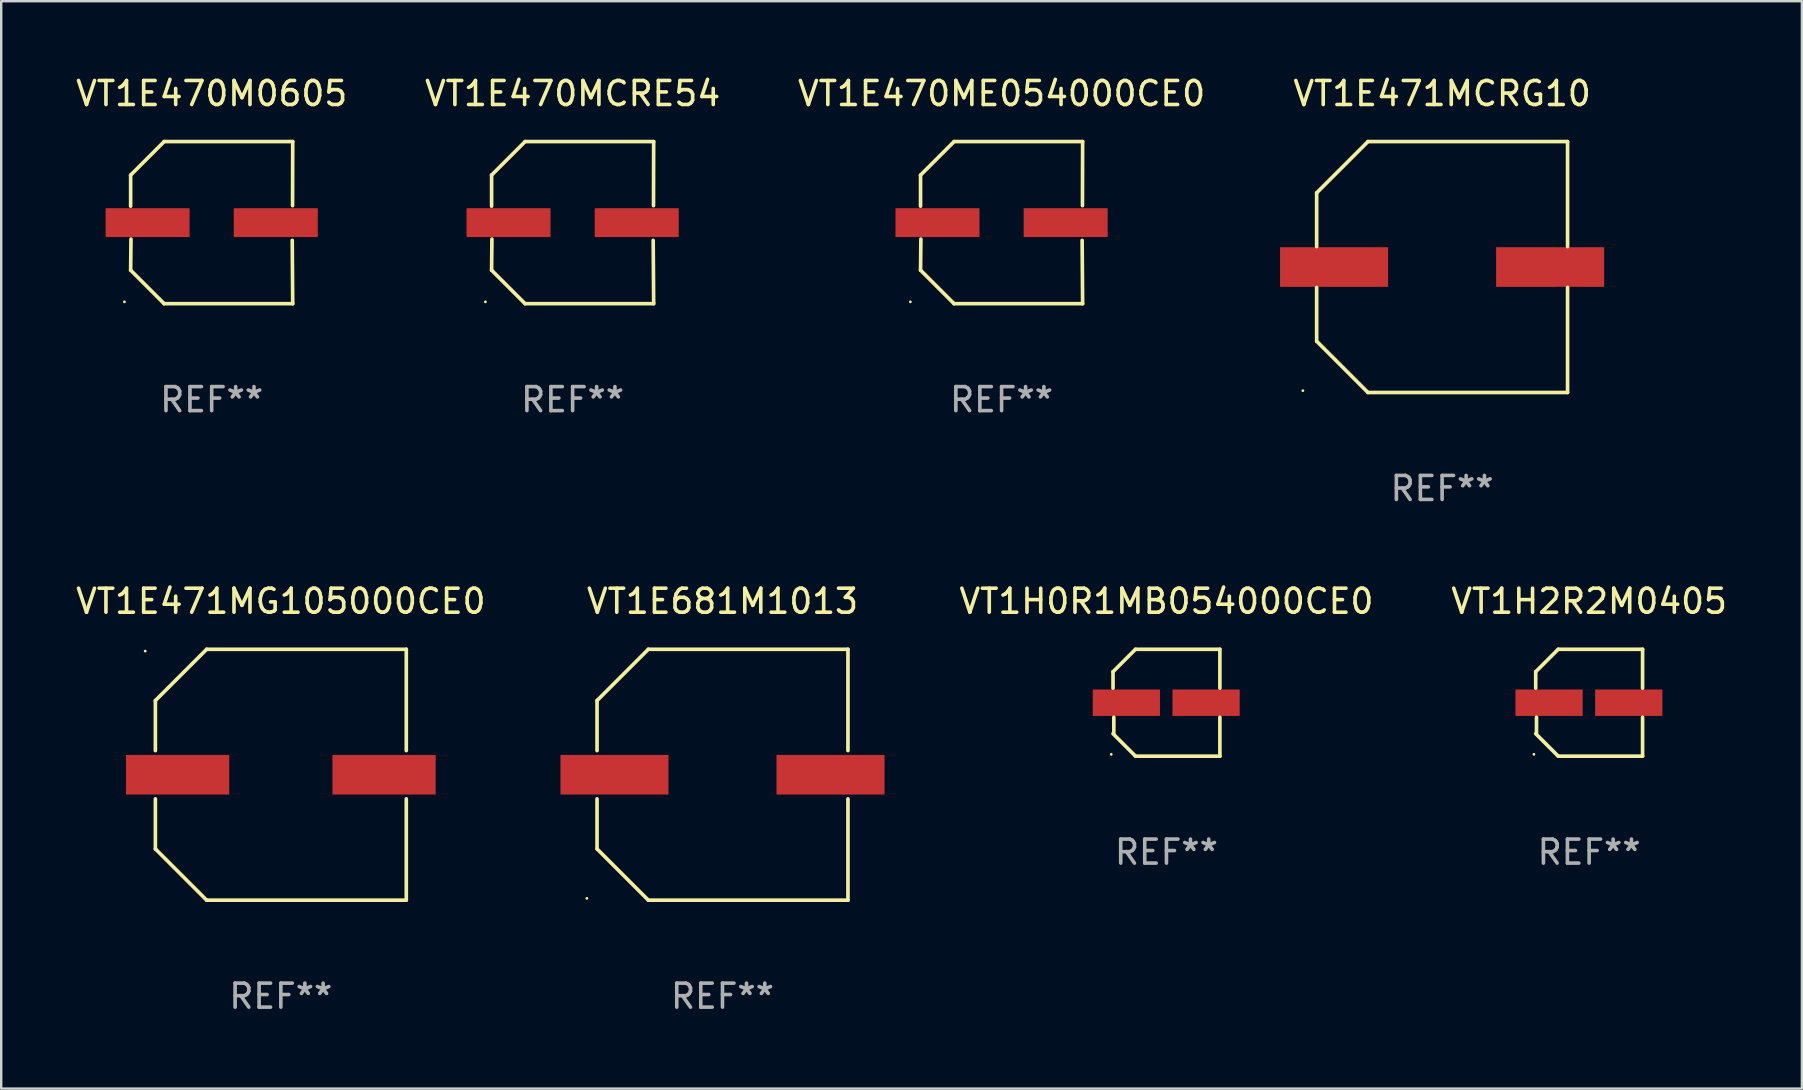
<source format=kicad_pcb>
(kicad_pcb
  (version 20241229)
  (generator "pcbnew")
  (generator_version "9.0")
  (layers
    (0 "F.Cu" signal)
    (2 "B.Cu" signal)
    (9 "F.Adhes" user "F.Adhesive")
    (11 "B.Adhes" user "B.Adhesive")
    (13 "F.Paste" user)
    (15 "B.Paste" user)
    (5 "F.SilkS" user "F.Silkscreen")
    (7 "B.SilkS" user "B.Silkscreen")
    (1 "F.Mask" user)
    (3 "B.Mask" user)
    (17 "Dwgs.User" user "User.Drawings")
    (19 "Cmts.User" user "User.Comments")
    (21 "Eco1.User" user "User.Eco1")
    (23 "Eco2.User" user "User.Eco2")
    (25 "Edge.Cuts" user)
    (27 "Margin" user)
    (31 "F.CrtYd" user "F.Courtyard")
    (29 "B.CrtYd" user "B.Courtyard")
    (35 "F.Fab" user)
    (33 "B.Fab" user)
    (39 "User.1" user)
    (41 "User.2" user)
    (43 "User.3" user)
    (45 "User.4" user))
  (footprint "VT1E681M1013"
    (layer "F.Cu")
    (at 27.047 29.223)
    (property "Reference" "VT1E681M1013" (at 0 -7.226 0) (layer "F.SilkS") (effects (font (size 1 1) (thickness 0.15))))
    (attr through_hole)
    (fp_line (start -5.226 -3.09) (end -5.226 -1.005) (stroke (width 0.152) (type solid)) (layer "F.SilkS"))
    (fp_line (start -5.226 1.005) (end -5.226 3.09) (stroke (width 0.152) (type solid)) (layer "F.SilkS"))
    (fp_line (start -3.09 -5.226) (end -5.226 -3.09) (stroke (width 0.152) (type solid)) (layer "F.SilkS"))
    (fp_line (start -3.09 5.226) (end -5.226 3.09) (stroke (width 0.152) (type solid)) (layer "F.SilkS"))
    (fp_line (start 5.226 -5.226) (end -3.09 -5.226) (stroke (width 0.152) (type solid)) (layer "F.SilkS"))
    (fp_line (start 5.226 -1.005) (end 5.226 -5.226) (stroke (width 0.152) (type solid)) (layer "F.SilkS"))
    (fp_line (start 5.226 5.226) (end -3.09 5.226) (stroke (width 0.152) (type solid)) (layer "F.SilkS"))
    (fp_line (start 5.226 5.226) (end 5.226 1.005) (stroke (width 0.152) (type solid)) (layer "F.SilkS"))
    (fp_circle (center -5.65 5.15) (end -5.62 5.15) (stroke (width 0.06) (type solid)) (fill no) (layer "F.SilkS"))
    (fp_text user "REF**" (at 0 9.226 0) (layer "F.Fab") (effects (font (size 1 1) (thickness 0.15))))
    (pad "1" smd rect (at -4.5 0) (size 4.5 1.65) (layers "F.Cu" "F.Mask" "F.Paste"))
    (pad "2" smd rect (at 4.5 0) (size 4.5 1.65) (layers "F.Cu" "F.Mask" "F.Paste")))
  (footprint "VT1E471MG105000CE0"
    (layer "F.Cu")
    (at 8.649 29.223)
    (property "Reference" "VT1E471MG105000CE0" (at 0 -7.226 0) (layer "F.SilkS") (effects (font (size 1 1) (thickness 0.15))))
    (attr through_hole)
    (fp_line (start -5.226 -3.09) (end -5.226 -1.005) (stroke (width 0.152) (type solid)) (layer "F.SilkS"))
    (fp_line (start -5.226 1.005) (end -5.226 3.09) (stroke (width 0.152) (type solid)) (layer "F.SilkS"))
    (fp_line (start -3.09 -5.226) (end -5.226 -3.09) (stroke (width 0.152) (type solid)) (layer "F.SilkS"))
    (fp_line (start -3.09 5.226) (end -5.226 3.09) (stroke (width 0.152) (type solid)) (layer "F.SilkS"))
    (fp_line (start 5.226 -5.226) (end -3.09 -5.226) (stroke (width 0.152) (type solid)) (layer "F.SilkS"))
    (fp_line (start 5.226 -1.005) (end 5.226 -5.226) (stroke (width 0.152) (type solid)) (layer "F.SilkS"))
    (fp_line (start 5.226 5.226) (end -3.09 5.226) (stroke (width 0.152) (type solid)) (layer "F.SilkS"))
    (fp_line (start 5.226 5.226) (end 5.226 1.005) (stroke (width 0.152) (type solid)) (layer "F.SilkS"))
    (fp_circle (center -5.65 -5.15) (end -5.62 -5.15) (stroke (width 0.06) (type solid)) (fill no) (layer "F.SilkS"))
    (fp_text user "REF**" (at 0 9.226 0) (layer "F.Fab") (effects (font (size 1 1) (thickness 0.15))))
    (pad "1" smd rect (at -4.3 -0.000102) (size 4.3 1.65) (layers "F.Cu" "F.Mask" "F.Paste"))
    (pad "2" smd rect (at 4.3 -0.000102) (size 4.3 1.65) (layers "F.Cu" "F.Mask" "F.Paste")))
  (footprint "VT1E471MCRG10"
    (layer "F.Cu")
    (at 57.024 8.074)
    (property "Reference" "VT1E471MCRG10" (at 0 -7.226 0) (layer "F.SilkS") (effects (font (size 1 1) (thickness 0.15))))
    (attr through_hole)
    (fp_line (start -5.226 -3.09) (end -5.226 -0.852) (stroke (width 0.152) (type solid)) (layer "F.SilkS"))
    (fp_line (start -5.226 3.09) (end -5.226 0.852) (stroke (width 0.152) (type solid)) (layer "F.SilkS"))
    (fp_line (start -3.09 -5.226) (end -5.226 -3.09) (stroke (width 0.152) (type solid)) (layer "F.SilkS"))
    (fp_line (start -3.09 5.226) (end -5.226 3.09) (stroke (width 0.152) (type solid)) (layer "F.SilkS"))
    (fp_line (start 5.226 -5.226) (end -3.09 -5.226) (stroke (width 0.152) (type solid)) (layer "F.SilkS"))
    (fp_line (start 5.226 -0.852) (end 5.226 -5.226) (stroke (width 0.152) (type solid)) (layer "F.SilkS"))
    (fp_line (start 5.226 0.852) (end 5.226 5.226) (stroke (width 0.152) (type solid)) (layer "F.SilkS"))
    (fp_line (start 5.226 5.226) (end -3.09 5.226) (stroke (width 0.152) (type solid)) (layer "F.SilkS"))
    (fp_circle (center -5.8 5.15) (end -5.77 5.15) (stroke (width 0.06) (type solid)) (fill no) (layer "F.SilkS"))
    (fp_text user "REF**" (at 0 9.226 0) (layer "F.Fab") (effects (font (size 1 1) (thickness 0.15))))
    (pad "1" smd rect (at -4.5 0) (size 4.5 1.65) (layers "F.Cu" "F.Mask" "F.Paste"))
    (pad "2" smd rect (at 4.5 0) (size 4.5 1.65) (layers "F.Cu" "F.Mask" "F.Paste")))
  (footprint "VT1E470M0605"
    (layer "F.Cu")
    (at 5.768 6.224)
    (property "Reference" "VT1E470M0605" (at 0 -5.376 0) (layer "F.SilkS") (effects (font (size 1 1) (thickness 0.15))))
    (attr through_hole)
    (fp_line (start -3.376 -1.98) (end -3.376 -0.686) (stroke (width 0.152) (type solid)) (layer "F.SilkS"))
    (fp_line (start -3.376 1.981) (end -3.362 0.686) (stroke (width 0.152) (type solid)) (layer "F.SilkS"))
    (fp_line (start -1.981 3.376) (end -3.376 1.981) (stroke (width 0.152) (type solid)) (layer "F.SilkS"))
    (fp_line (start -1.98 -3.376) (end -3.376 -1.98) (stroke (width 0.152) (type solid)) (layer "F.SilkS"))
    (fp_line (start 3.356 0.74) (end 3.376 3.376) (stroke (width 0.152) (type solid)) (layer "F.SilkS"))
    (fp_line (start 3.369 -0.707) (end 3.376 -3.376) (stroke (width 0.152) (type solid)) (layer "F.SilkS"))
    (fp_line (start 3.376 3.376) (end -1.981 3.376) (stroke (width 0.152) (type solid)) (layer "F.SilkS"))
    (fp_line (start 3.376 -3.376) (end -1.98 -3.376) (stroke (width 0.152) (type solid)) (layer "F.SilkS"))
    (fp_circle (center -3.634 3.3) (end -3.604 3.3) (stroke (width 0.06) (type solid)) (fill no) (layer "F.SilkS"))
    (fp_text user "REF**" (at 0 7.376 0) (layer "F.Fab") (effects (font (size 1 1) (thickness 0.15))))
    (pad "1" smd rect (at -2.67 0.000254) (size 3.5 1.2) (layers "F.Cu" "F.Mask" "F.Paste"))
    (pad "2" smd rect (at 2.67 0.000254) (size 3.5 1.2) (layers "F.Cu" "F.Mask" "F.Paste")))
  (footprint "VT1E470MCRE54"
    (layer "F.Cu")
    (at 20.804 6.224)
    (property "Reference" "VT1E470MCRE54" (at 0 -5.376 0) (layer "F.SilkS") (effects (font (size 1 1) (thickness 0.15))))
    (attr through_hole)
    (fp_line (start -3.376 -1.98) (end -3.376 -0.686) (stroke (width 0.152) (type solid)) (layer "F.SilkS"))
    (fp_line (start -3.376 1.981) (end -3.362 0.686) (stroke (width 0.152) (type solid)) (layer "F.SilkS"))
    (fp_line (start -1.981 3.376) (end -3.376 1.981) (stroke (width 0.152) (type solid)) (layer "F.SilkS"))
    (fp_line (start -1.98 -3.376) (end -3.376 -1.98) (stroke (width 0.152) (type solid)) (layer "F.SilkS"))
    (fp_line (start 3.356 0.74) (end 3.376 3.376) (stroke (width 0.152) (type solid)) (layer "F.SilkS"))
    (fp_line (start 3.369 -0.707) (end 3.376 -3.376) (stroke (width 0.152) (type solid)) (layer "F.SilkS"))
    (fp_line (start 3.376 3.376) (end -1.981 3.376) (stroke (width 0.152) (type solid)) (layer "F.SilkS"))
    (fp_line (start 3.376 -3.376) (end -1.98 -3.376) (stroke (width 0.152) (type solid)) (layer "F.SilkS"))
    (fp_circle (center -3.634 3.3) (end -3.604 3.3) (stroke (width 0.06) (type solid)) (fill no) (layer "F.SilkS"))
    (fp_text user "REF**" (at 0 7.376 0) (layer "F.Fab") (effects (font (size 1 1) (thickness 0.15))))
    (pad "1" smd rect (at -2.67 0.000254) (size 3.5 1.2) (layers "F.Cu" "F.Mask" "F.Paste"))
    (pad "2" smd rect (at 2.67 0.000254) (size 3.5 1.2) (layers "F.Cu" "F.Mask" "F.Paste")))
  (footprint "VT1H0R1MB054000CE0"
    (layer "F.Cu")
    (at 45.541 26.223)
    (property "Reference" "VT1H0R1MB054000CE0" (at 0 -4.226 0) (layer "F.SilkS") (effects (font (size 1 1) (thickness 0.15))))
    (attr through_hole)
    (fp_line (start -2.226 -1.29) (end -2.226 -0.607) (stroke (width 0.152) (type solid)) (layer "F.SilkS"))
    (fp_line (start -2.193 1.29) (end -2.193 0.607) (stroke (width 0.152) (type solid)) (layer "F.SilkS"))
    (fp_line (start -1.29 2.226) (end -2.226 1.29) (stroke (width 0.152) (type solid)) (layer "F.SilkS"))
    (fp_line (start -1.29 -2.226) (end -2.226 -1.29) (stroke (width 0.152) (type solid)) (layer "F.SilkS"))
    (fp_line (start 2.226 -2.226) (end -1.29 -2.226) (stroke (width 0.152) (type solid)) (layer "F.SilkS"))
    (fp_line (start 2.226 -0.607) (end 2.226 -2.226) (stroke (width 0.152) (type solid)) (layer "F.SilkS"))
    (fp_line (start 2.226 0.607) (end 2.226 2.226) (stroke (width 0.152) (type solid)) (layer "F.SilkS"))
    (fp_line (start 2.226 2.226) (end -1.29 2.226) (stroke (width 0.152) (type solid)) (layer "F.SilkS"))
    (fp_circle (center -2.3 2.15) (end -2.27 2.15) (stroke (width 0.06) (type solid)) (fill no) (layer "F.SilkS"))
    (fp_text user "REF**" (at 0 6.226 0) (layer "F.Fab") (effects (font (size 1 1) (thickness 0.15))))
    (pad "1" smd rect (at -1.67 -0.000025) (size 2.8 1.1) (layers "F.Cu" "F.Mask" "F.Paste"))
    (pad "2" smd rect (at 1.651 -0.000025) (size 2.8 1.1) (layers "F.Cu" "F.Mask" "F.Paste")))
  (footprint "VT1E470ME054000CE0"
    (layer "F.Cu")
    (at 38.673 6.224)
    (property "Reference" "VT1E470ME054000CE0" (at 0 -5.376 0) (layer "F.SilkS") (effects (font (size 1 1) (thickness 0.15))))
    (attr through_hole)
    (fp_line (start -3.376 -1.98) (end -3.376 -0.686) (stroke (width 0.152) (type solid)) (layer "F.SilkS"))
    (fp_line (start -3.376 1.981) (end -3.362 0.686) (stroke (width 0.152) (type solid)) (layer "F.SilkS"))
    (fp_line (start -1.981 3.376) (end -3.376 1.981) (stroke (width 0.152) (type solid)) (layer "F.SilkS"))
    (fp_line (start -1.98 -3.376) (end -3.376 -1.98) (stroke (width 0.152) (type solid)) (layer "F.SilkS"))
    (fp_line (start 3.356 0.74) (end 3.376 3.376) (stroke (width 0.152) (type solid)) (layer "F.SilkS"))
    (fp_line (start 3.369 -0.707) (end 3.376 -3.376) (stroke (width 0.152) (type solid)) (layer "F.SilkS"))
    (fp_line (start 3.376 3.376) (end -1.981 3.376) (stroke (width 0.152) (type solid)) (layer "F.SilkS"))
    (fp_line (start 3.376 -3.376) (end -1.98 -3.376) (stroke (width 0.152) (type solid)) (layer "F.SilkS"))
    (fp_circle (center -3.8 3.3) (end -3.77 3.3) (stroke (width 0.06) (type solid)) (fill no) (layer "F.SilkS"))
    (fp_text user "REF**" (at 0 7.376 0) (layer "F.Fab") (effects (font (size 1 1) (thickness 0.15))))
    (pad "1" smd rect (at -2.67 0.000203) (size 3.5 1.2) (layers "F.Cu" "F.Mask" "F.Paste"))
    (pad "2" smd rect (at 2.67 0.000203) (size 3.5 1.2) (layers "F.Cu" "F.Mask" "F.Paste")))
  (footprint "VT1H2R2M0405"
    (layer "F.Cu")
    (at 63.149 26.223)
    (property "Reference" "VT1H2R2M0405" (at 0 -4.226 0) (layer "F.SilkS") (effects (font (size 1 1) (thickness 0.15))))
    (attr through_hole)
    (fp_line (start -2.226 -1.29) (end -2.226 -0.607) (stroke (width 0.152) (type solid)) (layer "F.SilkS"))
    (fp_line (start -2.193 1.29) (end -2.193 0.607) (stroke (width 0.152) (type solid)) (layer "F.SilkS"))
    (fp_line (start -1.29 2.226) (end -2.226 1.29) (stroke (width 0.152) (type solid)) (layer "F.SilkS"))
    (fp_line (start -1.29 -2.226) (end -2.226 -1.29) (stroke (width 0.152) (type solid)) (layer "F.SilkS"))
    (fp_line (start 2.226 -2.226) (end -1.29 -2.226) (stroke (width 0.152) (type solid)) (layer "F.SilkS"))
    (fp_line (start 2.226 -0.607) (end 2.226 -2.226) (stroke (width 0.152) (type solid)) (layer "F.SilkS"))
    (fp_line (start 2.226 0.607) (end 2.226 2.226) (stroke (width 0.152) (type solid)) (layer "F.SilkS"))
    (fp_line (start 2.226 2.226) (end -1.29 2.226) (stroke (width 0.152) (type solid)) (layer "F.SilkS"))
    (fp_circle (center -2.3 2.15) (end -2.27 2.15) (stroke (width 0.06) (type solid)) (fill no) (layer "F.SilkS"))
    (fp_text user "REF**" (at 0 6.226 0) (layer "F.Fab") (effects (font (size 1 1) (thickness 0.15))))
    (pad "1" smd rect (at -1.67 -0.000025) (size 2.8 1.1) (layers "F.Cu" "F.Mask" "F.Paste"))
    (pad "2" smd rect (at 1.651 -0.000025) (size 2.8 1.1) (layers "F.Cu" "F.Mask" "F.Paste")))
  (gr_rect
    (start -3 -3)
    (end 72.012 42.298)
    (stroke (width 0.1) (type default))
    (fill no)
    (layer "Edge.Cuts")))
</source>
